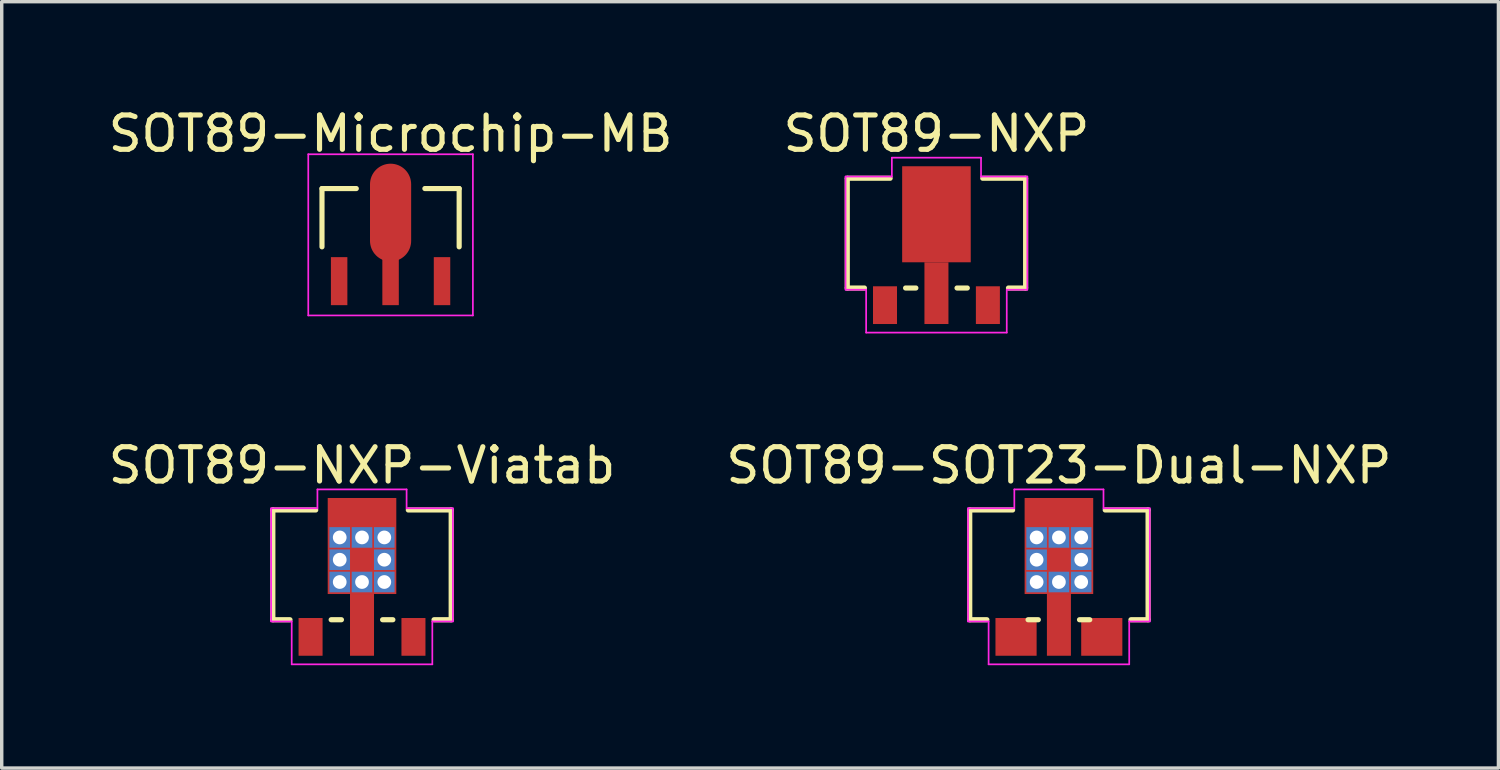
<source format=kicad_pcb>
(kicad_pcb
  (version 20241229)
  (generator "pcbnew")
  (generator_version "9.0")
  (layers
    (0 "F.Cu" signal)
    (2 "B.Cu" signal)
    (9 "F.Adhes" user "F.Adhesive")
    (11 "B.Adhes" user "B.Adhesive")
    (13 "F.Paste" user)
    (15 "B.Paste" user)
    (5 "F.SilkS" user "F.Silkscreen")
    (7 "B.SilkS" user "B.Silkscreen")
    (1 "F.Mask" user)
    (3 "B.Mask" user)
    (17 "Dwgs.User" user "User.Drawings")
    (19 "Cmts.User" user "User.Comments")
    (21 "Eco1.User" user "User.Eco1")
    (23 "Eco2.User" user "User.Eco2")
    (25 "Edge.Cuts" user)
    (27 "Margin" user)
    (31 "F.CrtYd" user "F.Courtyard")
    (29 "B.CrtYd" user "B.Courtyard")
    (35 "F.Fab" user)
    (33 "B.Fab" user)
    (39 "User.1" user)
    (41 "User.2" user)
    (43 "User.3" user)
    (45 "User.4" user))
  (footprint "SOT89-SOT23-Dual-NXP"
    (layer "F.Cu")
    (at 27.827 13.771)
    (property "Reference" "SOT89-SOT23-Dual-NXP" (at 0 -3.25 0) (layer "F.SilkS") (effects (font (size 1 1) (thickness 0.15))))
    (attr smd)
    (fp_line (start -2.6 -1.95) (end -1.35 -1.95) (stroke (width 0.15) (type solid)) (layer "F.SilkS"))
    (fp_line (start -2.6 1.25) (end -2.6 -1.95) (stroke (width 0.15) (type solid)) (layer "F.SilkS"))
    (fp_line (start -2.6 1.25) (end -2.1 1.25) (stroke (width 0.15) (type solid)) (layer "F.SilkS"))
    (fp_line (start -0.9 1.25) (end -0.6 1.25) (stroke (width 0.15) (type solid)) (layer "F.SilkS"))
    (fp_line (start 0.6 1.25) (end 0.9 1.25) (stroke (width 0.15) (type solid)) (layer "F.SilkS"))
    (fp_line (start 1.35 -1.95) (end 2.6 -1.95) (stroke (width 0.15) (type solid)) (layer "F.SilkS"))
    (fp_line (start 2.6 -1.95) (end 2.6 1.25) (stroke (width 0.15) (type solid)) (layer "F.SilkS"))
    (fp_line (start 2.6 1.25) (end 2.1 1.25) (stroke (width 0.15) (type solid)) (layer "F.SilkS"))
    (fp_line (start -2.65 -2) (end -1.3 -2) (stroke (width 0.05) (type solid)) (layer "F.CrtYd"))
    (fp_line (start -2.65 1.3) (end -2.65 -2) (stroke (width 0.05) (type solid)) (layer "F.CrtYd"))
    (fp_line (start -2.05 1.3) (end -2.65 1.3) (stroke (width 0.05) (type solid)) (layer "F.CrtYd"))
    (fp_line (start -2.05 2.55) (end -2.05 1.3) (stroke (width 0.05) (type solid)) (layer "F.CrtYd"))
    (fp_line (start -2.05 2.55) (end 2.05 2.55) (stroke (width 0.05) (type solid)) (layer "F.CrtYd"))
    (fp_line (start -1.3 -2.55) (end 1.3 -2.55) (stroke (width 0.05) (type solid)) (layer "F.CrtYd"))
    (fp_line (start -1.3 -2) (end -1.3 -2.55) (stroke (width 0.05) (type solid)) (layer "F.CrtYd"))
    (fp_line (start 1.3 -2) (end 1.3 -2.55) (stroke (width 0.05) (type solid)) (layer "F.CrtYd"))
    (fp_line (start 2.05 1.3) (end 2.65 1.3) (stroke (width 0.05) (type solid)) (layer "F.CrtYd"))
    (fp_line (start 2.05 2.55) (end 2.05 1.3) (stroke (width 0.05) (type solid)) (layer "F.CrtYd"))
    (fp_line (start 2.65 -2) (end 1.3 -2) (stroke (width 0.05) (type solid)) (layer "F.CrtYd"))
    (fp_line (start 2.65 1.3) (end 2.65 -2) (stroke (width 0.05) (type solid)) (layer "F.CrtYd"))
    (pad "1" smd rect (at -1.5 1.75) (size 0.6 1) (layers "F.Cu" "F.Paste"))
    (pad "1" smd rect (at -1.25 1.75) (size 1.2 1.1) (layers "F.Cu" "F.Mask"))
    (pad "2" thru_hole rect (at -0.65 -1.15 90) (size 0.6 0.6) (drill 0.4) (layers "*.Cu" "*.Mask"))
    (pad "2" thru_hole rect (at -0.65 -0.5) (size 0.6 0.6) (drill 0.4) (layers "*.Cu" "*.Mask"))
    (pad "2" thru_hole rect (at -0.65 0.15) (size 0.6 0.6) (drill 0.4) (layers "*.Cu" "*.Mask"))
    (pad "2" smd rect (at 0 -1.825) (size 1.9 0.85) (layers "F.Cu" "F.Paste"))
    (pad "2" thru_hole rect (at 0 -1.15) (size 0.6 0.6) (drill 0.4) (layers "*.Cu" "*.Mask"))
    (pad "2" smd rect (at 0 -0.9) (size 2 2.8) (layers "F.Cu" "F.Mask"))
    (pad "2" smd rect (at 0 -0.6) (size 1.2 1.2) (layers "F.Cu" "F.Paste"))
    (pad "2" thru_hole rect (at 0 0.15) (size 0.6 0.6) (drill 0.4) (layers "*.Cu" "*.Mask"))
    (pad "2" smd rect (at 0 1.4) (size 0.7 1.8) (layers "F.Cu" "F.Mask"))
    (pad "2" smd rect (at 0 1.75) (size 0.6 1) (layers "F.Cu" "F.Paste"))
    (pad "2" thru_hole rect (at 0.65 -1.15) (size 0.6 0.6) (drill 0.4) (layers "*.Cu" "*.Mask"))
    (pad "2" thru_hole rect (at 0.65 -0.5) (size 0.6 0.6) (drill 0.4) (layers "*.Cu" "*.Mask"))
    (pad "2" thru_hole rect (at 0.65 0.15) (size 0.6 0.6) (drill 0.4) (layers "*.Cu" "*.Mask"))
    (pad "3" smd rect (at 1.25 1.75) (size 1.2 1.1) (layers "F.Cu" "F.Mask"))
    (pad "3" smd rect (at 1.5 1.75) (size 0.6 1) (layers "F.Cu" "F.Paste")))
  (footprint "SOT89-Microchip-MB"
    (layer "F.Cu")
    (at 8.339 5.148)
    (property "Reference" "SOT89-Microchip-MB" (at 0 -4.3 0) (layer "F.SilkS") (effects (font (size 1 1) (thickness 0.15))))
    (attr smd)
    (fp_line (start -2 -2.7) (end -1 -2.7) (stroke (width 0.15) (type solid)) (layer "F.SilkS"))
    (fp_line (start -2 -1) (end -2 -2.7) (stroke (width 0.15) (type solid)) (layer "F.SilkS"))
    (fp_line (start 1 -2.7) (end 2 -2.7) (stroke (width 0.15) (type solid)) (layer "F.SilkS"))
    (fp_line (start 2 -2.7) (end 2 -1) (stroke (width 0.15) (type solid)) (layer "F.SilkS"))
    (fp_line (start -2.4 -3.7) (end -2.4 1) (stroke (width 0.05) (type solid)) (layer "F.CrtYd"))
    (fp_line (start -2.4 1) (end 2.4 1) (stroke (width 0.05) (type solid)) (layer "F.CrtYd"))
    (fp_line (start 2.4 -3.7) (end -2.4 -3.7) (stroke (width 0.05) (type solid)) (layer "F.CrtYd"))
    (fp_line (start 2.4 1) (end 2.4 -3.7) (stroke (width 0.05) (type solid)) (layer "F.CrtYd"))
    (pad "1" smd rect (at -1.5 0) (size 0.48 1.4) (layers "F.Cu" "F.Mask" "F.Paste"))
    (pad "2" smd rect (at 0 0) (size 0.48 1.4) (layers "F.Cu" "F.Mask" "F.Paste"))
    (pad "3" smd rect (at 1.5 0) (size 0.48 1.4) (layers "F.Cu" "F.Mask" "F.Paste"))
    (pad "TAB" smd oval (at 0 -2) (size 1.2 2.85) (layers "F.Cu" "F.Mask" "F.Paste")))
  (footprint "SOT89-NXP-Viatab"
    (layer "F.Cu")
    (at 7.506 13.771)
    (property "Reference" "SOT89-NXP-Viatab" (at 0 -3.25 0) (layer "F.SilkS") (effects (font (size 1 1) (thickness 0.15))))
    (attr smd)
    (fp_line (start -2.6 -1.95) (end -1.35 -1.95) (stroke (width 0.15) (type solid)) (layer "F.SilkS"))
    (fp_line (start -2.6 1.25) (end -2.6 -1.95) (stroke (width 0.15) (type solid)) (layer "F.SilkS"))
    (fp_line (start -2.6 1.25) (end -2.1 1.25) (stroke (width 0.15) (type solid)) (layer "F.SilkS"))
    (fp_line (start -0.9 1.25) (end -0.6 1.25) (stroke (width 0.15) (type solid)) (layer "F.SilkS"))
    (fp_line (start 0.6 1.25) (end 0.9 1.25) (stroke (width 0.15) (type solid)) (layer "F.SilkS"))
    (fp_line (start 1.35 -1.95) (end 2.6 -1.95) (stroke (width 0.15) (type solid)) (layer "F.SilkS"))
    (fp_line (start 2.6 -1.95) (end 2.6 1.25) (stroke (width 0.15) (type solid)) (layer "F.SilkS"))
    (fp_line (start 2.6 1.25) (end 2.1 1.25) (stroke (width 0.15) (type solid)) (layer "F.SilkS"))
    (fp_line (start -2.65 -2) (end -1.3 -2) (stroke (width 0.05) (type solid)) (layer "F.CrtYd"))
    (fp_line (start -2.65 1.3) (end -2.65 -2) (stroke (width 0.05) (type solid)) (layer "F.CrtYd"))
    (fp_line (start -2.05 1.3) (end -2.65 1.3) (stroke (width 0.05) (type solid)) (layer "F.CrtYd"))
    (fp_line (start -2.05 2.55) (end -2.05 1.3) (stroke (width 0.05) (type solid)) (layer "F.CrtYd"))
    (fp_line (start -2.05 2.55) (end 2.05 2.55) (stroke (width 0.05) (type solid)) (layer "F.CrtYd"))
    (fp_line (start -1.3 -2.55) (end 1.3 -2.55) (stroke (width 0.05) (type solid)) (layer "F.CrtYd"))
    (fp_line (start -1.3 -2) (end -1.3 -2.55) (stroke (width 0.05) (type solid)) (layer "F.CrtYd"))
    (fp_line (start 1.3 -2) (end 1.3 -2.55) (stroke (width 0.05) (type solid)) (layer "F.CrtYd"))
    (fp_line (start 2.05 1.3) (end 2.65 1.3) (stroke (width 0.05) (type solid)) (layer "F.CrtYd"))
    (fp_line (start 2.05 2.55) (end 2.05 1.3) (stroke (width 0.05) (type solid)) (layer "F.CrtYd"))
    (fp_line (start 2.65 -2) (end 1.3 -2) (stroke (width 0.05) (type solid)) (layer "F.CrtYd"))
    (fp_line (start 2.65 1.3) (end 2.65 -2) (stroke (width 0.05) (type solid)) (layer "F.CrtYd"))
    (pad "1" smd rect (at -1.5 1.75) (size 0.6 1) (layers "F.Cu" "F.Paste"))
    (pad "1" smd rect (at -1.5 1.75) (size 0.7 1.1) (layers "F.Cu" "F.Mask"))
    (pad "2" thru_hole rect (at -0.65 -1.15 90) (size 0.6 0.6) (drill 0.4) (layers "*.Cu" "*.Mask"))
    (pad "2" thru_hole rect (at -0.65 -0.5) (size 0.6 0.6) (drill 0.4) (layers "*.Cu" "*.Mask"))
    (pad "2" thru_hole rect (at -0.65 0.15) (size 0.6 0.6) (drill 0.4) (layers "*.Cu" "*.Mask"))
    (pad "2" smd rect (at 0 -1.825) (size 1.9 0.85) (layers "F.Cu" "F.Paste"))
    (pad "2" thru_hole rect (at 0 -1.15) (size 0.6 0.6) (drill 0.4) (layers "*.Cu" "*.Mask"))
    (pad "2" smd rect (at 0 -0.9) (size 2 2.8) (layers "F.Cu" "F.Mask"))
    (pad "2" smd rect (at 0 -0.6) (size 1.2 1.2) (layers "F.Cu" "F.Paste"))
    (pad "2" thru_hole rect (at 0 0.15) (size 0.6 0.6) (drill 0.4) (layers "*.Cu" "*.Mask"))
    (pad "2" smd rect (at 0 1.4) (size 0.7 1.8) (layers "F.Cu" "F.Mask"))
    (pad "2" smd rect (at 0 1.75) (size 0.6 1) (layers "F.Cu" "F.Paste"))
    (pad "2" thru_hole rect (at 0.65 -1.15) (size 0.6 0.6) (drill 0.4) (layers "*.Cu" "*.Mask"))
    (pad "2" thru_hole rect (at 0.65 -0.5) (size 0.6 0.6) (drill 0.4) (layers "*.Cu" "*.Mask"))
    (pad "2" thru_hole rect (at 0.65 0.15) (size 0.6 0.6) (drill 0.4) (layers "*.Cu" "*.Mask"))
    (pad "3" smd rect (at 1.5 1.75) (size 0.6 1) (layers "F.Cu" "F.Paste"))
    (pad "3" smd rect (at 1.5 1.75) (size 0.7 1.1) (layers "F.Cu" "F.Mask")))
  (footprint "SOT89-NXP"
    (layer "F.Cu")
    (at 24.256 4.098)
    (property "Reference" "SOT89-NXP" (at 0 -3.25 0) (layer "F.SilkS") (effects (font (size 1 1) (thickness 0.15))))
    (attr smd)
    (fp_line (start -2.6 -1.95) (end -1.35 -1.95) (stroke (width 0.15) (type solid)) (layer "F.SilkS"))
    (fp_line (start -2.6 1.25) (end -2.6 -1.95) (stroke (width 0.15) (type solid)) (layer "F.SilkS"))
    (fp_line (start -2.6 1.25) (end -2.1 1.25) (stroke (width 0.15) (type solid)) (layer "F.SilkS"))
    (fp_line (start -0.9 1.25) (end -0.6 1.25) (stroke (width 0.15) (type solid)) (layer "F.SilkS"))
    (fp_line (start 0.6 1.25) (end 0.9 1.25) (stroke (width 0.15) (type solid)) (layer "F.SilkS"))
    (fp_line (start 1.35 -1.95) (end 2.6 -1.95) (stroke (width 0.15) (type solid)) (layer "F.SilkS"))
    (fp_line (start 2.6 -1.95) (end 2.6 1.25) (stroke (width 0.15) (type solid)) (layer "F.SilkS"))
    (fp_line (start 2.6 1.25) (end 2.1 1.25) (stroke (width 0.15) (type solid)) (layer "F.SilkS"))
    (fp_line (start -2.65 -2) (end -1.3 -2) (stroke (width 0.05) (type solid)) (layer "F.CrtYd"))
    (fp_line (start -2.65 1.3) (end -2.65 -2) (stroke (width 0.05) (type solid)) (layer "F.CrtYd"))
    (fp_line (start -2.05 1.3) (end -2.65 1.3) (stroke (width 0.05) (type solid)) (layer "F.CrtYd"))
    (fp_line (start -2.05 2.55) (end -2.05 1.3) (stroke (width 0.05) (type solid)) (layer "F.CrtYd"))
    (fp_line (start -2.05 2.55) (end 2.05 2.55) (stroke (width 0.05) (type solid)) (layer "F.CrtYd"))
    (fp_line (start -1.3 -2.55) (end 1.3 -2.55) (stroke (width 0.05) (type solid)) (layer "F.CrtYd"))
    (fp_line (start -1.3 -2) (end -1.3 -2.55) (stroke (width 0.05) (type solid)) (layer "F.CrtYd"))
    (fp_line (start 1.3 -2) (end 1.3 -2.55) (stroke (width 0.05) (type solid)) (layer "F.CrtYd"))
    (fp_line (start 2.05 1.3) (end 2.65 1.3) (stroke (width 0.05) (type solid)) (layer "F.CrtYd"))
    (fp_line (start 2.05 2.55) (end 2.05 1.3) (stroke (width 0.05) (type solid)) (layer "F.CrtYd"))
    (fp_line (start 2.65 -2) (end 1.3 -2) (stroke (width 0.05) (type solid)) (layer "F.CrtYd"))
    (fp_line (start 2.65 1.3) (end 2.65 -2) (stroke (width 0.05) (type solid)) (layer "F.CrtYd"))
    (pad "1" smd rect (at -1.5 1.75) (size 0.6 1) (layers "F.Cu" "F.Paste"))
    (pad "1" smd rect (at -1.5 1.75) (size 0.7 1.1) (layers "F.Cu" "F.Mask"))
    (pad "2" smd rect (at 0 -1.825) (size 1.9 0.85) (layers "F.Cu" "F.Paste"))
    (pad "2" smd rect (at 0 -0.9) (size 2 2.8) (layers "F.Cu" "F.Mask"))
    (pad "2" smd rect (at 0 -0.6) (size 1.2 1.2) (layers "F.Cu" "F.Paste"))
    (pad "2" smd rect (at 0 1.4) (size 0.7 1.8) (layers "F.Cu" "F.Mask"))
    (pad "2" smd rect (at 0 1.75) (size 0.6 1) (layers "F.Cu" "F.Paste"))
    (pad "3" smd rect (at 1.5 1.75) (size 0.6 1) (layers "F.Cu" "F.Paste"))
    (pad "3" smd rect (at 1.5 1.75) (size 0.7 1.1) (layers "F.Cu" "F.Mask")))
  (gr_rect
    (start -3 -3)
    (end 40.643 19.346)
    (stroke (width 0.1) (type default))
    (fill no)
    (layer "Edge.Cuts")))
</source>
